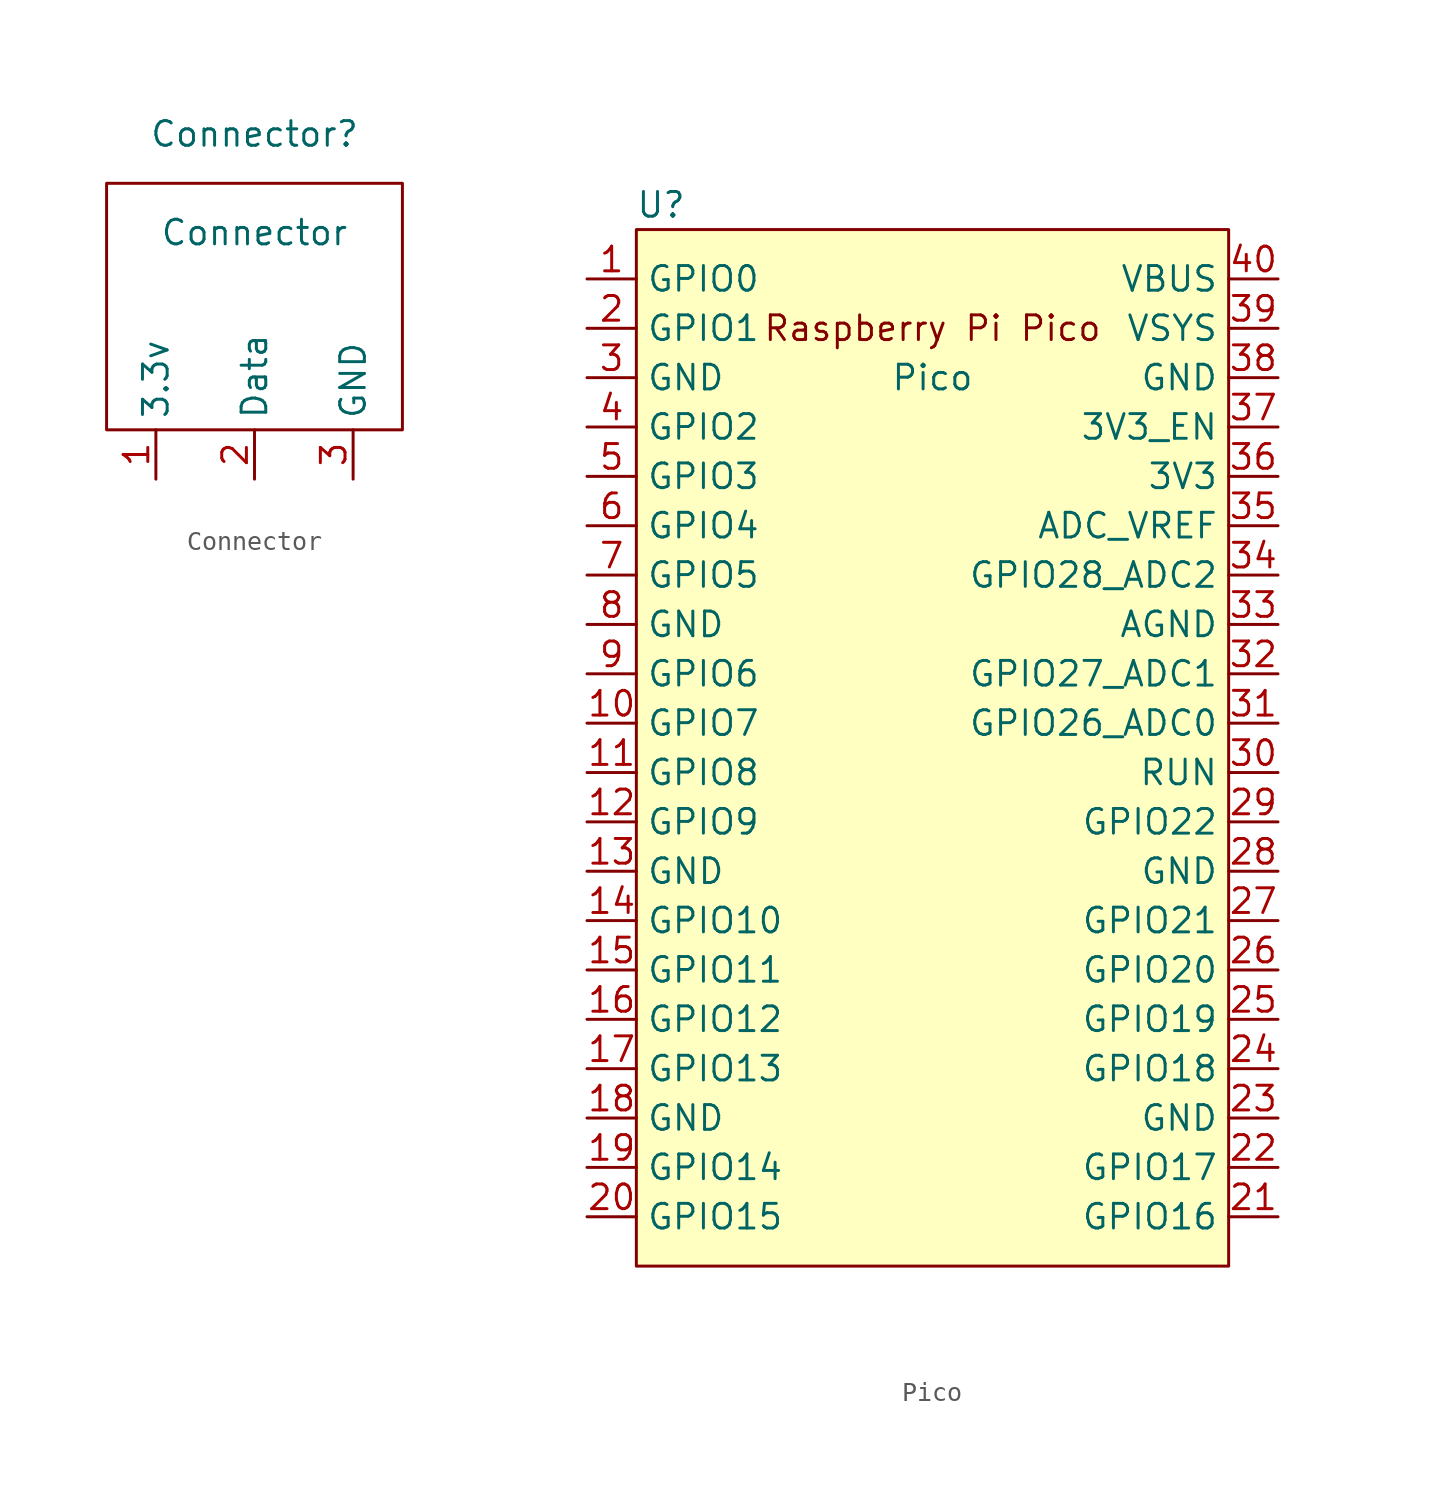
<source format=kicad_sym>
(kicad_symbol_lib
  (version 20220914)
  (generator kicad_symbol_editor)
  (symbol "Connector"
    (property "Reference" "Connector"
      (at 0 12.7 0)
      (effects (font (size 1.27 1.27))))
    (property "Value" "Connector"
      (at 0 7.62 0)
      (effects (font (size 1.27 1.27))))
    (symbol "Connector_0_1"
      (rectangle (start -7.62 10.16) (end 7.62 -2.54) (stroke (width 0) (type default)) (fill (type none))))
    (symbol "Connector_1_1"
      (pin power_in line (at -5.08 -5.08 90) (length 2.54) (name "3.3v" (effects (font (size 1.27 1.27)))) (number "1" (effects (font (size 1.27 1.27)))))
      (pin bidirectional line (at 0 -5.08 90) (length 2.54) (name "Data" (effects (font (size 1.27 1.27)))) (number "2" (effects (font (size 1.27 1.27)))))
      (pin power_in line (at 5.08 -5.08 90) (length 2.54) (name "GND" (effects (font (size 1.27 1.27)))) (number "3" (effects (font (size 1.27 1.27)))))))
  (symbol "Pico"
    (property "Reference" "U"
      (at -13.97 27.94 0)
      (effects (font (size 1.27 1.27))))
    (property "Value" "Pico"
      (at 0 19.05 0)
      (effects (font (size 1.27 1.27))))
    (symbol "Pico_0_0"
      (text "Raspberry Pi Pico" (at 0 21.59 0) (effects (font (size 1.27 1.27)))))
    (symbol "Pico_0_1"
      (rectangle (start -15.24 26.67) (end 15.24 -26.67) (stroke (width 0) (type default)) (fill (type background))))
    (symbol "Pico_1_1"
      (pin bidirectional line (at -17.78 24.13 0) (length 2.54) (name "GPIO0" (effects (font (size 1.27 1.27)))) (number "1" (effects (font (size 1.27 1.27)))))
      (pin bidirectional line (at -17.78 1.27 0) (length 2.54) (name "GPIO7" (effects (font (size 1.27 1.27)))) (number "10" (effects (font (size 1.27 1.27)))))
      (pin bidirectional line (at -17.78 -1.27 0) (length 2.54) (name "GPIO8" (effects (font (size 1.27 1.27)))) (number "11" (effects (font (size 1.27 1.27)))))
      (pin bidirectional line (at -17.78 -3.81 0) (length 2.54) (name "GPIO9" (effects (font (size 1.27 1.27)))) (number "12" (effects (font (size 1.27 1.27)))))
      (pin power_in line (at -17.78 -6.35 0) (length 2.54) (name "GND" (effects (font (size 1.27 1.27)))) (number "13" (effects (font (size 1.27 1.27)))))
      (pin bidirectional line (at -17.78 -8.89 0) (length 2.54) (name "GPIO10" (effects (font (size 1.27 1.27)))) (number "14" (effects (font (size 1.27 1.27)))))
      (pin bidirectional line (at -17.78 -11.43 0) (length 2.54) (name "GPIO11" (effects (font (size 1.27 1.27)))) (number "15" (effects (font (size 1.27 1.27)))))
      (pin bidirectional line (at -17.78 -13.97 0) (length 2.54) (name "GPIO12" (effects (font (size 1.27 1.27)))) (number "16" (effects (font (size 1.27 1.27)))))
      (pin bidirectional line (at -17.78 -16.51 0) (length 2.54) (name "GPIO13" (effects (font (size 1.27 1.27)))) (number "17" (effects (font (size 1.27 1.27)))))
      (pin power_in line (at -17.78 -19.05 0) (length 2.54) (name "GND" (effects (font (size 1.27 1.27)))) (number "18" (effects (font (size 1.27 1.27)))))
      (pin bidirectional line (at -17.78 -21.59 0) (length 2.54) (name "GPIO14" (effects (font (size 1.27 1.27)))) (number "19" (effects (font (size 1.27 1.27)))))
      (pin bidirectional line (at -17.78 21.59 0) (length 2.54) (name "GPIO1" (effects (font (size 1.27 1.27)))) (number "2" (effects (font (size 1.27 1.27)))))
      (pin bidirectional line (at -17.78 -24.13 0) (length 2.54) (name "GPIO15" (effects (font (size 1.27 1.27)))) (number "20" (effects (font (size 1.27 1.27)))))
      (pin bidirectional line (at 17.78 -24.13 180) (length 2.54) (name "GPIO16" (effects (font (size 1.27 1.27)))) (number "21" (effects (font (size 1.27 1.27)))))
      (pin bidirectional line (at 17.78 -21.59 180) (length 2.54) (name "GPIO17" (effects (font (size 1.27 1.27)))) (number "22" (effects (font (size 1.27 1.27)))))
      (pin power_in line (at 17.78 -19.05 180) (length 2.54) (name "GND" (effects (font (size 1.27 1.27)))) (number "23" (effects (font (size 1.27 1.27)))))
      (pin bidirectional line (at 17.78 -16.51 180) (length 2.54) (name "GPIO18" (effects (font (size 1.27 1.27)))) (number "24" (effects (font (size 1.27 1.27)))))
      (pin bidirectional line (at 17.78 -13.97 180) (length 2.54) (name "GPIO19" (effects (font (size 1.27 1.27)))) (number "25" (effects (font (size 1.27 1.27)))))
      (pin bidirectional line (at 17.78 -11.43 180) (length 2.54) (name "GPIO20" (effects (font (size 1.27 1.27)))) (number "26" (effects (font (size 1.27 1.27)))))
      (pin bidirectional line (at 17.78 -8.89 180) (length 2.54) (name "GPIO21" (effects (font (size 1.27 1.27)))) (number "27" (effects (font (size 1.27 1.27)))))
      (pin power_in line (at 17.78 -6.35 180) (length 2.54) (name "GND" (effects (font (size 1.27 1.27)))) (number "28" (effects (font (size 1.27 1.27)))))
      (pin bidirectional line (at 17.78 -3.81 180) (length 2.54) (name "GPIO22" (effects (font (size 1.27 1.27)))) (number "29" (effects (font (size 1.27 1.27)))))
      (pin power_in line (at -17.78 19.05 0) (length 2.54) (name "GND" (effects (font (size 1.27 1.27)))) (number "3" (effects (font (size 1.27 1.27)))))
      (pin input line (at 17.78 -1.27 180) (length 2.54) (name "RUN" (effects (font (size 1.27 1.27)))) (number "30" (effects (font (size 1.27 1.27)))))
      (pin bidirectional line (at 17.78 1.27 180) (length 2.54) (name "GPIO26_ADC0" (effects (font (size 1.27 1.27)))) (number "31" (effects (font (size 1.27 1.27)))))
      (pin bidirectional line (at 17.78 3.81 180) (length 2.54) (name "GPIO27_ADC1" (effects (font (size 1.27 1.27)))) (number "32" (effects (font (size 1.27 1.27)))))
      (pin power_in line (at 17.78 6.35 180) (length 2.54) (name "AGND" (effects (font (size 1.27 1.27)))) (number "33" (effects (font (size 1.27 1.27)))))
      (pin bidirectional line (at 17.78 8.89 180) (length 2.54) (name "GPIO28_ADC2" (effects (font (size 1.27 1.27)))) (number "34" (effects (font (size 1.27 1.27)))))
      (pin power_in line (at 17.78 11.43 180) (length 2.54) (name "ADC_VREF" (effects (font (size 1.27 1.27)))) (number "35" (effects (font (size 1.27 1.27)))))
      (pin power_out line (at 17.78 13.97 180) (length 2.54) (name "3V3" (effects (font (size 1.27 1.27)))) (number "36" (effects (font (size 1.27 1.27)))))
      (pin input line (at 17.78 16.51 180) (length 2.54) (name "3V3_EN" (effects (font (size 1.27 1.27)))) (number "37" (effects (font (size 1.27 1.27)))))
      (pin power_in line (at 17.78 19.05 180) (length 2.54) (name "GND" (effects (font (size 1.27 1.27)))) (number "38" (effects (font (size 1.27 1.27)))))
      (pin power_in line (at 17.78 21.59 180) (length 2.54) (name "VSYS" (effects (font (size 1.27 1.27)))) (number "39" (effects (font (size 1.27 1.27)))))
      (pin bidirectional line (at -17.78 16.51 0) (length 2.54) (name "GPIO2" (effects (font (size 1.27 1.27)))) (number "4" (effects (font (size 1.27 1.27)))))
      (pin power_in line (at 17.78 24.13 180) (length 2.54) (name "VBUS" (effects (font (size 1.27 1.27)))) (number "40" (effects (font (size 1.27 1.27)))))
      (pin bidirectional line (at -17.78 13.97 0) (length 2.54) (name "GPIO3" (effects (font (size 1.27 1.27)))) (number "5" (effects (font (size 1.27 1.27)))))
      (pin bidirectional line (at -17.78 11.43 0) (length 2.54) (name "GPIO4" (effects (font (size 1.27 1.27)))) (number "6" (effects (font (size 1.27 1.27)))))
      (pin bidirectional line (at -17.78 8.89 0) (length 2.54) (name "GPIO5" (effects (font (size 1.27 1.27)))) (number "7" (effects (font (size 1.27 1.27)))))
      (pin power_in line (at -17.78 6.35 0) (length 2.54) (name "GND" (effects (font (size 1.27 1.27)))) (number "8" (effects (font (size 1.27 1.27)))))
      (pin bidirectional line (at -17.78 3.81 0) (length 2.54) (name "GPIO6" (effects (font (size 1.27 1.27)))) (number "9" (effects (font (size 1.27 1.27))))))))
</source>
